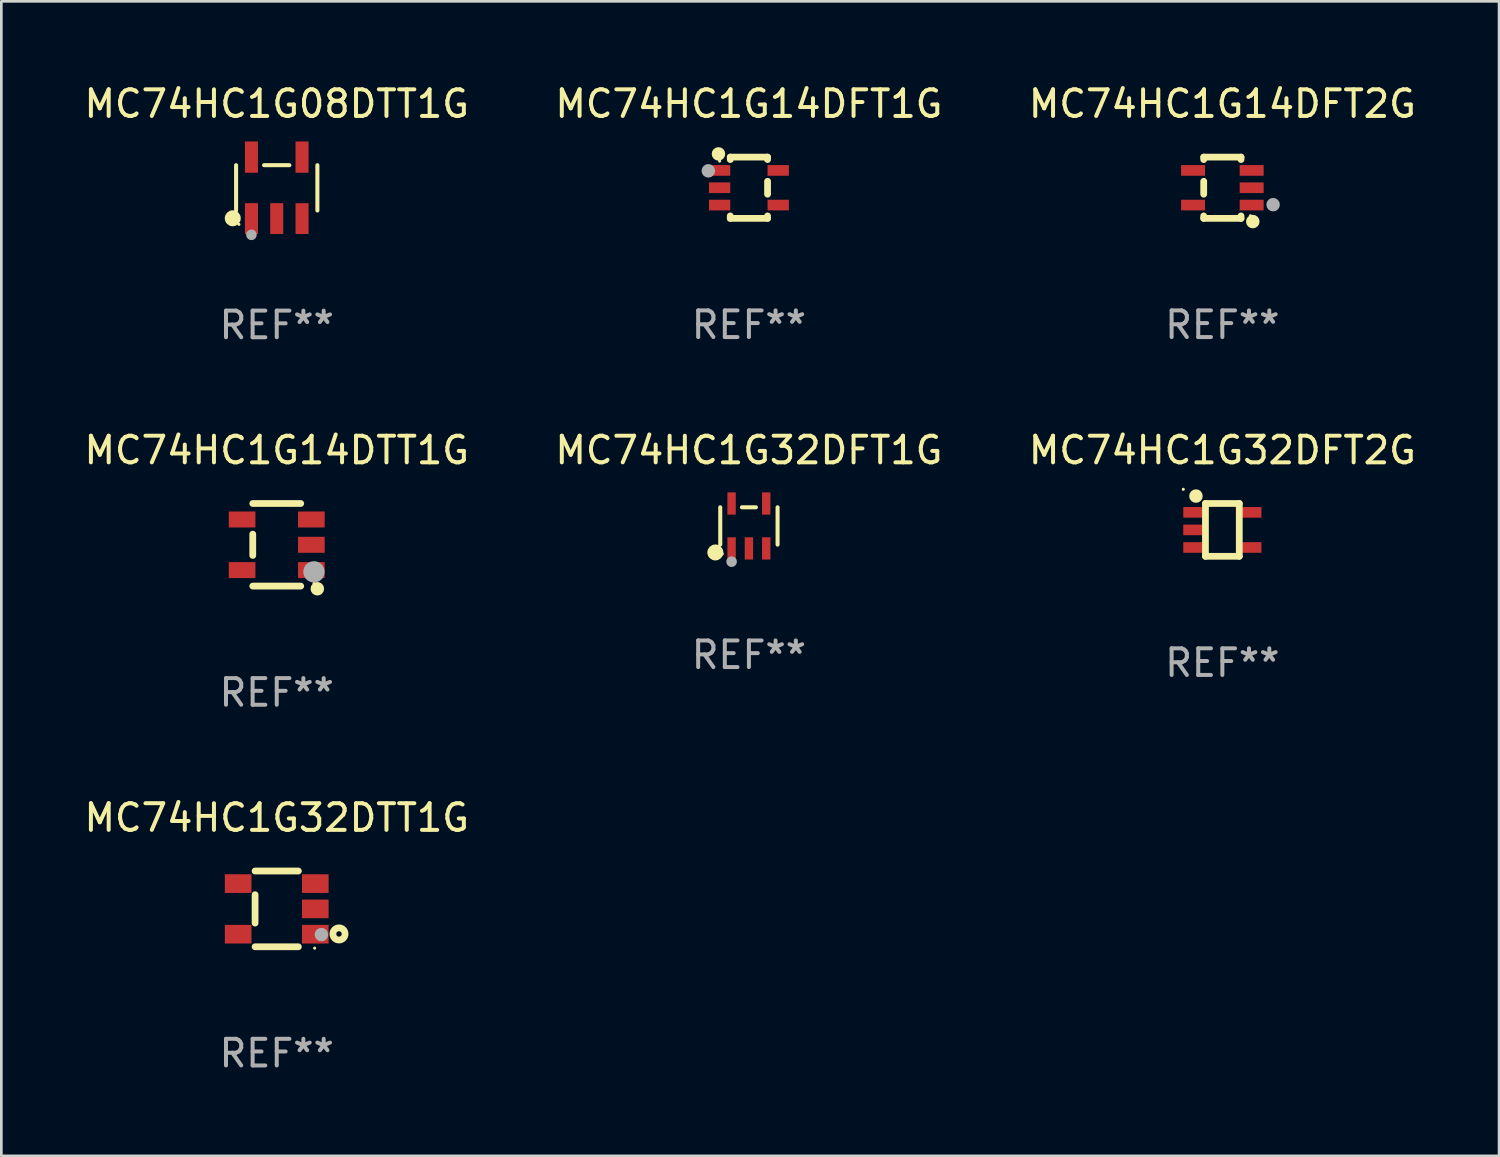
<source format=kicad_pcb>
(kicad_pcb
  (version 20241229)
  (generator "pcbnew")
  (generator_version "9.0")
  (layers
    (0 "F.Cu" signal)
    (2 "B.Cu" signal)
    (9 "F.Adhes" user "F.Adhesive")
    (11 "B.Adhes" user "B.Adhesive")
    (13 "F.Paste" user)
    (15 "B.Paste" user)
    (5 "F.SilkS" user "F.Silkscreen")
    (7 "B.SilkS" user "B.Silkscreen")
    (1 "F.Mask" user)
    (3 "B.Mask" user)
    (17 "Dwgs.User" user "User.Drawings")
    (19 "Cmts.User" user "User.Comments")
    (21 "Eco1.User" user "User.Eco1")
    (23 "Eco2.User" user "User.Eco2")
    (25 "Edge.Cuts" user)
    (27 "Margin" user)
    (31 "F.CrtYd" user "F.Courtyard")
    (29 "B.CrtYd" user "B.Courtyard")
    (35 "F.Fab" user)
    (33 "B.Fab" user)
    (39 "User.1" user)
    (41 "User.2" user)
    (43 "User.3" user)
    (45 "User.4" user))
  (footprint "MC74HC1G32DTT1G"
    (layer "F.Cu")
    (at 7.339 31.071)
    (property "Reference" "MC74HC1G32DTT1G" (at 0 -3.422 0) (layer "F.SilkS") (effects (font (size 1 1) (thickness 0.15))))
    (attr through_hole)
    (fp_line (start -0.813 -1.422) (end 0.812 -1.422) (stroke (width 0.254) (type solid)) (layer "F.SilkS"))
    (fp_line (start -0.813 0.533) (end -0.813 -0.533) (stroke (width 0.254) (type solid)) (layer "F.SilkS"))
    (fp_line (start 0.812 1.422) (end -0.813 1.422) (stroke (width 0.254) (type solid)) (layer "F.SilkS"))
    (fp_circle (center 1.423 1.473) (end 1.453 1.473) (stroke (width 0.06) (type solid)) (fill no) (layer "F.SilkS"))
    (fp_circle (center 2.337 0.94) (end 2.439 0.94) (stroke (width 0.254) (type solid)) (fill no) (layer "F.SilkS"))
    (fp_circle (center 1.677 0.965) (end 1.804 0.965) (stroke (width 0.254) (type solid)) (fill no) (layer "F.Fab"))
    (fp_text user "REF**" (at 0 5.422 0) (layer "F.Fab") (effects (font (size 1 1) (thickness 0.15))))
    (pad "1" smd rect (at 1.448 0.95 90) (size 0.7 1) (layers "F.Cu" "F.Mask" "F.Paste"))
    (pad "2" smd rect (at 1.448 0.000127 90) (size 0.7 1) (layers "F.Cu" "F.Mask" "F.Paste"))
    (pad "3" smd rect (at 1.448 -0.95 90) (size 0.7 1) (layers "F.Cu" "F.Mask" "F.Paste"))
    (pad "4" smd rect (at -1.448 -0.95 90) (size 0.7 1) (layers "F.Cu" "F.Mask" "F.Paste"))
    (pad "5" smd rect (at -1.448 0.95 90) (size 0.7 1) (layers "F.Cu" "F.Mask" "F.Paste")))
  (footprint "MC74HC1G32DFT2G"
    (layer "F.Cu")
    (at 42.839 16.843)
    (property "Reference" "MC74HC1G32DFT2G" (at 0 -2.991 0) (layer "F.SilkS") (effects (font (size 1 1) (thickness 0.15))))
    (attr through_hole)
    (fp_line (start -0.635 -0.991) (end 0.635 -0.991) (stroke (width 0.254) (type solid)) (layer "F.SilkS"))
    (fp_line (start -0.635 0.991) (end -0.635 -0.991) (stroke (width 0.254) (type solid)) (layer "F.SilkS"))
    (fp_line (start 0.635 -0.991) (end 0.635 0.991) (stroke (width 0.254) (type solid)) (layer "F.SilkS"))
    (fp_line (start 0.635 0.991) (end -0.635 0.991) (stroke (width 0.254) (type solid)) (layer "F.SilkS"))
    (fp_circle (center -1.467 -1.524) (end -1.437 -1.524) (stroke (width 0.06) (type solid)) (fill no) (layer "F.SilkS"))
    (fp_circle (center -0.991 -1.27) (end -0.864 -1.27) (stroke (width 0.254) (type solid)) (fill no) (layer "F.SilkS"))
    (fp_text user "REF**" (at 0 4.991 0) (layer "F.Fab") (effects (font (size 1 1) (thickness 0.15))))
    (pad "1" smd rect (at -1.067 -0.66) (size 0.8 0.399) (layers "F.Cu" "F.Mask" "F.Paste"))
    (pad "2" smd rect (at -1.067 0) (size 0.8 0.399) (layers "F.Cu" "F.Mask" "F.Paste"))
    (pad "3" smd rect (at -1.067 0.66) (size 0.8 0.399) (layers "F.Cu" "F.Mask" "F.Paste"))
    (pad "4" smd rect (at 1.067 0.66) (size 0.8 0.399) (layers "F.Cu" "F.Mask" "F.Paste"))
    (pad "5" smd rect (at 1.066 -0.659) (size 0.8 0.399) (layers "F.Cu" "F.Mask" "F.Paste")))
  (footprint "MC74HC1G08DTT1G"
    (layer "F.Cu")
    (at 7.339 4.002)
    (property "Reference" "MC74HC1G08DTT1G" (at 0 -3.154 0) (layer "F.SilkS") (effects (font (size 1 1) (thickness 0.15))))
    (attr through_hole)
    (fp_line (start -1.526 0.851) (end -1.526 -0.851) (stroke (width 0.152) (type solid)) (layer "F.SilkS"))
    (fp_line (start 0.476 -0.851) (end -0.476 -0.851) (stroke (width 0.152) (type solid)) (layer "F.SilkS"))
    (fp_line (start 1.526 0.851) (end 1.526 -0.851) (stroke (width 0.152) (type solid)) (layer "F.SilkS"))
    (fp_circle (center -1.651 1.143) (end -1.501 1.143) (stroke (width 0.3) (type solid)) (fill no) (layer "F.SilkS"))
    (fp_circle (center -1.42 1.37) (end -1.39 1.37) (stroke (width 0.06) (type solid)) (fill no) (layer "F.SilkS"))
    (fp_circle (center -0.95 1.763) (end -0.85 1.763) (stroke (width 0.2) (type solid)) (fill no) (layer "F.Fab"))
    (fp_text user "REF**" (at 0 5.154 0) (layer "F.Fab") (effects (font (size 1 1) (thickness 0.15))))
    (pad "1" smd rect (at -0.95 1.154) (size 0.49 1.157) (layers "F.Cu" "F.Mask" "F.Paste"))
    (pad "2" smd rect (at 0 1.154) (size 0.49 1.157) (layers "F.Cu" "F.Mask" "F.Paste"))
    (pad "3" smd rect (at 0.95 1.154) (size 0.49 1.157) (layers "F.Cu" "F.Mask" "F.Paste"))
    (pad "4" smd rect (at 0.95 -1.154) (size 0.49 1.175) (layers "F.Cu" "F.Mask" "F.Paste"))
    (pad "5" smd rect (at -0.95 -1.154) (size 0.49 1.175) (layers "F.Cu" "F.Mask" "F.Paste")))
  (footprint "MC74HC1G14DFT2G"
    (layer "F.Cu")
    (at 42.839 3.998)
    (property "Reference" "MC74HC1G14DFT2G" (at 0 -3.15 0) (layer "F.SilkS") (effects (font (size 1 1) (thickness 0.15))))
    (attr through_hole)
    (fp_line (start -0.7 -1.15) (end 0.7 -1.15) (stroke (width 0.254) (type solid)) (layer "F.SilkS"))
    (fp_line (start -0.7 -1.058) (end -0.7 -1.15) (stroke (width 0.254) (type solid)) (layer "F.SilkS"))
    (fp_line (start -0.7 0.242) (end -0.7 -0.242) (stroke (width 0.254) (type solid)) (layer "F.SilkS"))
    (fp_line (start -0.7 1.15) (end -0.7 1.058) (stroke (width 0.254) (type solid)) (layer "F.SilkS"))
    (fp_line (start -0.7 1.15) (end 0.7 1.15) (stroke (width 0.254) (type solid)) (layer "F.SilkS"))
    (fp_line (start 0.7 -1.058) (end 0.7 -1.15) (stroke (width 0.254) (type solid)) (layer "F.SilkS"))
    (fp_line (start 0.7 1.15) (end 0.7 1.058) (stroke (width 0.254) (type solid)) (layer "F.SilkS"))
    (fp_circle (center 1.053 1.052) (end 1.083 1.052) (stroke (width 0.06) (type solid)) (fill no) (layer "F.SilkS"))
    (fp_circle (center 1.143 1.27) (end 1.27 1.27) (stroke (width 0.254) (type solid)) (fill no) (layer "F.SilkS"))
    (fp_circle (center 1.905 0.635) (end 2.032 0.635) (stroke (width 0.254) (type solid)) (fill no) (layer "F.Fab"))
    (fp_text user "REF**" (at 0 5.15 0) (layer "F.Fab") (effects (font (size 1 1) (thickness 0.15))))
    (pad "1" smd rect (at 1.1 0.65 90) (size 0.4 0.9) (layers "F.Cu" "F.Mask" "F.Paste"))
    (pad "2" smd rect (at 1.1 0.000076 90) (size 0.4 0.9) (layers "F.Cu" "F.Mask" "F.Paste"))
    (pad "3" smd rect (at 1.1 -0.65 90) (size 0.4 0.9) (layers "F.Cu" "F.Mask" "F.Paste"))
    (pad "4" smd rect (at -1.1 -0.65 90) (size 0.4 0.9) (layers "F.Cu" "F.Mask" "F.Paste"))
    (pad "5" smd rect (at -1.1 0.65 90) (size 0.4 0.9) (layers "F.Cu" "F.Mask" "F.Paste")))
  (footprint "MC74HC1G32DFT1G"
    (layer "F.Cu")
    (at 25.065 16.695)
    (property "Reference" "MC74HC1G32DFT1G" (at 0 -2.843 0) (layer "F.SilkS") (effects (font (size 1 1) (thickness 0.15))))
    (attr through_hole)
    (fp_line (start -1.076 0.701) (end -1.076 -0.701) (stroke (width 0.152) (type solid)) (layer "F.SilkS"))
    (fp_line (start 0.264 -0.701) (end -0.264 -0.701) (stroke (width 0.152) (type solid)) (layer "F.SilkS"))
    (fp_line (start 1.076 0.701) (end 1.076 -0.701) (stroke (width 0.152) (type solid)) (layer "F.SilkS"))
    (fp_circle (center -1.26 0.995) (end -1.11 0.995) (stroke (width 0.3) (type solid)) (fill no) (layer "F.SilkS"))
    (fp_circle (center -1 1.05) (end -0.97 1.05) (stroke (width 0.06) (type solid)) (fill no) (layer "F.SilkS"))
    (fp_circle (center -0.65 1.341) (end -0.55 1.341) (stroke (width 0.2) (type solid)) (fill no) (layer "F.Fab"))
    (fp_text user "REF**" (at 0 4.843 0) (layer "F.Fab") (effects (font (size 1 1) (thickness 0.15))))
    (pad "1" smd rect (at -0.65 0.843) (size 0.315 0.835) (layers "F.Cu" "F.Mask" "F.Paste"))
    (pad "2" smd rect (at 0.00014 0.843) (size 0.315 0.835) (layers "F.Cu" "F.Mask" "F.Paste"))
    (pad "3" smd rect (at 0.65 0.843) (size 0.315 0.835) (layers "F.Cu" "F.Mask" "F.Paste"))
    (pad "4" smd rect (at 0.65 -0.843) (size 0.315 0.835) (layers "F.Cu" "F.Mask" "F.Paste"))
    (pad "5" smd rect (at -0.65 -0.843) (size 0.315 0.835) (layers "F.Cu" "F.Mask" "F.Paste")))
  (footprint "MC74HC1G14DTT1G"
    (layer "F.Cu")
    (at 7.339 17.402)
    (property "Reference" "MC74HC1G14DTT1G" (at 0 -3.55 0) (layer "F.SilkS") (effects (font (size 1 1) (thickness 0.15))))
    (attr through_hole)
    (fp_line (start -0.9 -1.55) (end 0.9 -1.55) (stroke (width 0.254) (type solid)) (layer "F.SilkS"))
    (fp_line (start -0.9 0.4) (end -0.9 -0.4) (stroke (width 0.254) (type solid)) (layer "F.SilkS"))
    (fp_line (start -0.9 1.55) (end 0.9 1.55) (stroke (width 0.254) (type solid)) (layer "F.SilkS"))
    (fp_circle (center 1.4 1.45) (end 1.43 1.45) (stroke (width 0.06) (type solid)) (fill no) (layer "F.SilkS"))
    (fp_circle (center 1.524 1.651) (end 1.651 1.651) (stroke (width 0.254) (type solid)) (fill no) (layer "F.SilkS"))
    (fp_circle (center 1.397 1.016) (end 1.597 1.016) (stroke (width 0.4) (type solid)) (fill no) (layer "F.Fab"))
    (fp_text user "REF**" (at 0 5.55 0) (layer "F.Fab") (effects (font (size 1 1) (thickness 0.15))))
    (pad "1" smd rect (at 1.3 0.95) (size 1 0.6) (layers "F.Cu" "F.Mask" "F.Paste"))
    (pad "2" smd rect (at 1.3 -0.000051) (size 1 0.6) (layers "F.Cu" "F.Mask" "F.Paste"))
    (pad "3" smd rect (at 1.3 -0.95) (size 1 0.6) (layers "F.Cu" "F.Mask" "F.Paste"))
    (pad "4" smd rect (at -1.3 -0.95) (size 1 0.6) (layers "F.Cu" "F.Mask" "F.Paste"))
    (pad "5" smd rect (at -1.3 0.95) (size 1 0.6) (layers "F.Cu" "F.Mask" "F.Paste")))
  (footprint "MC74HC1G14DFT1G"
    (layer "F.Cu")
    (at 25.065 3.998)
    (property "Reference" "MC74HC1G14DFT1G" (at 0 -3.15 0) (layer "F.SilkS") (effects (font (size 1 1) (thickness 0.15))))
    (attr through_hole)
    (fp_line (start -0.7 -1.15) (end -0.7 -1.058) (stroke (width 0.254) (type solid)) (layer "F.SilkS"))
    (fp_line (start -0.7 1.058) (end -0.7 1.15) (stroke (width 0.254) (type solid)) (layer "F.SilkS"))
    (fp_line (start 0.7 -1.15) (end -0.7 -1.15) (stroke (width 0.254) (type solid)) (layer "F.SilkS"))
    (fp_line (start 0.7 -1.15) (end 0.7 -1.058) (stroke (width 0.254) (type solid)) (layer "F.SilkS"))
    (fp_line (start 0.7 -0.242) (end 0.7 0.242) (stroke (width 0.254) (type solid)) (layer "F.SilkS"))
    (fp_line (start 0.7 1.058) (end 0.7 1.15) (stroke (width 0.254) (type solid)) (layer "F.SilkS"))
    (fp_line (start 0.7 1.15) (end -0.7 1.15) (stroke (width 0.254) (type solid)) (layer "F.SilkS"))
    (fp_circle (center -1.143 -1.27) (end -1.016 -1.27) (stroke (width 0.254) (type solid)) (fill no) (layer "F.SilkS"))
    (fp_circle (center -1.1 -1) (end -1.07 -1) (stroke (width 0.06) (type solid)) (fill no) (layer "F.SilkS"))
    (fp_circle (center -1.524 -0.635) (end -1.397 -0.635) (stroke (width 0.254) (type solid)) (fill no) (layer "F.Fab"))
    (fp_text user "REF**" (at 0 5.15 0) (layer "F.Fab") (effects (font (size 1 1) (thickness 0.15))))
    (pad "1" smd rect (at -1.1 -0.65 270) (size 0.4 0.8) (layers "F.Cu" "F.Mask" "F.Paste"))
    (pad "2" smd rect (at -1.1 -0.000051 270) (size 0.4 0.8) (layers "F.Cu" "F.Mask" "F.Paste"))
    (pad "3" smd rect (at -1.1 0.65 270) (size 0.4 0.8) (layers "F.Cu" "F.Mask" "F.Paste"))
    (pad "4" smd rect (at 1.1 0.65 270) (size 0.4 0.8) (layers "F.Cu" "F.Mask" "F.Paste"))
    (pad "5" smd rect (at 1.1 -0.65 270) (size 0.4 0.8) (layers "F.Cu" "F.Mask" "F.Paste")))
  (gr_rect
    (start -3 -3)
    (end 53.226 40.342)
    (stroke (width 0.1) (type default))
    (fill no)
    (layer "Edge.Cuts")))
</source>
